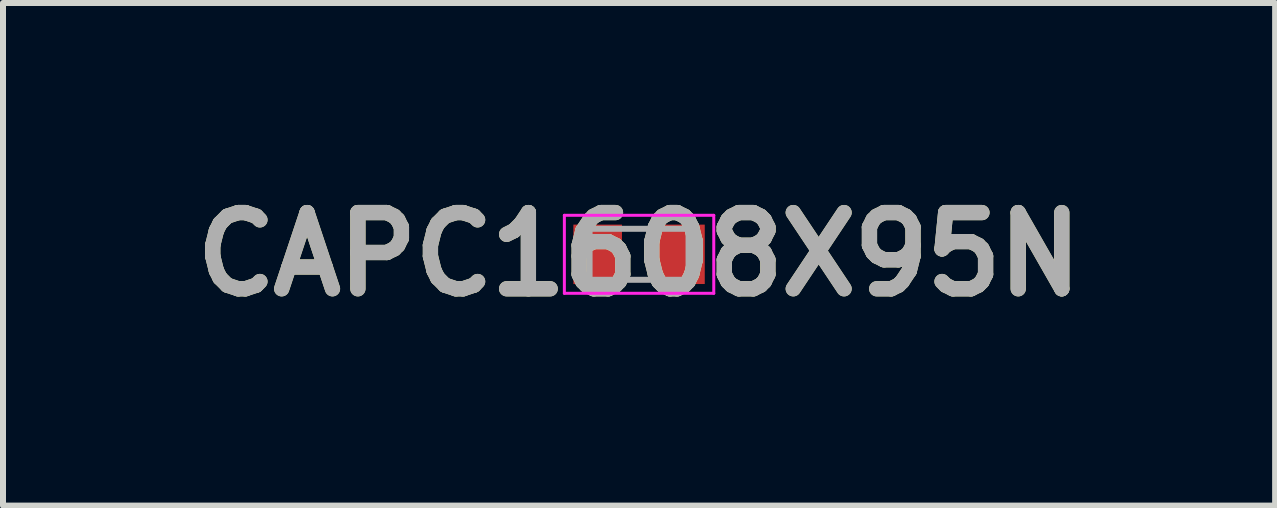
<source format=kicad_pcb>
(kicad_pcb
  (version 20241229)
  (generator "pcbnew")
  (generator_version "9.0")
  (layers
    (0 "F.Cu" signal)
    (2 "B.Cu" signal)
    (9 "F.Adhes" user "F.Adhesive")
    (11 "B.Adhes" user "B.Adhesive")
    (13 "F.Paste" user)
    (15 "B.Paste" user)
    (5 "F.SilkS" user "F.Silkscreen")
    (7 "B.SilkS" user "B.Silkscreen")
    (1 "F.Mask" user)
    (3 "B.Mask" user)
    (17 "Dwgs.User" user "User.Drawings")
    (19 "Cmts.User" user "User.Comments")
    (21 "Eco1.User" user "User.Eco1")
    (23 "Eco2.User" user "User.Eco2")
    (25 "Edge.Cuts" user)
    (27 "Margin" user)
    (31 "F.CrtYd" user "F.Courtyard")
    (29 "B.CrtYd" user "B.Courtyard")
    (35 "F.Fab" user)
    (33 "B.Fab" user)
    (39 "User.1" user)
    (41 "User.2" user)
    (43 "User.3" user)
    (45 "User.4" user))
  (footprint "CAPC1608X95N"
    (layer "F.Cu")
    (at 7.602 1.189)
    (property "Reference" "CAPC1608X95N" (at 0 0 0) (layer "F.SilkS") (effects (font (size 1.27 1.27) (thickness 0.254))))
    (attr smd)
    (fp_line (start -1.245 -0.65) (end 1.245 -0.65) (stroke (width 0.05) (type solid)) (layer "F.CrtYd"))
    (fp_line (start -1.245 0.65) (end -1.245 -0.65) (stroke (width 0.05) (type solid)) (layer "F.CrtYd"))
    (fp_line (start 1.245 -0.65) (end 1.245 0.65) (stroke (width 0.05) (type solid)) (layer "F.CrtYd"))
    (fp_line (start 1.245 0.65) (end -1.245 0.65) (stroke (width 0.05) (type solid)) (layer "F.CrtYd"))
    (fp_line (start -0.825 -0.425) (end 0.825 -0.425) (stroke (width 0.1) (type solid)) (layer "F.Fab"))
    (fp_line (start -0.825 0.425) (end -0.825 -0.425) (stroke (width 0.1) (type solid)) (layer "F.Fab"))
    (fp_line (start 0.825 -0.425) (end 0.825 0.425) (stroke (width 0.1) (type solid)) (layer "F.Fab"))
    (fp_line (start 0.825 0.425) (end -0.825 0.425) (stroke (width 0.1) (type solid)) (layer "F.Fab"))
    (fp_text user "${REFERENCE}" (at 0 0 0) (layer "F.Fab") (effects (font (size 1.27 1.27) (thickness 0.254))))
    (pad "1" smd rect (at -0.69 0) (size 0.81 0.99) (layers "F.Cu" "F.Mask" "F.Paste"))
    (pad "2" smd rect (at 0.69 0) (size 0.81 0.99) (layers "F.Cu" "F.Mask" "F.Paste")))
  (gr_rect
    (start -3 -3)
    (end 18.204 5.377)
    (stroke (width 0.1) (type default))
    (fill no)
    (layer "Edge.Cuts")))
</source>
